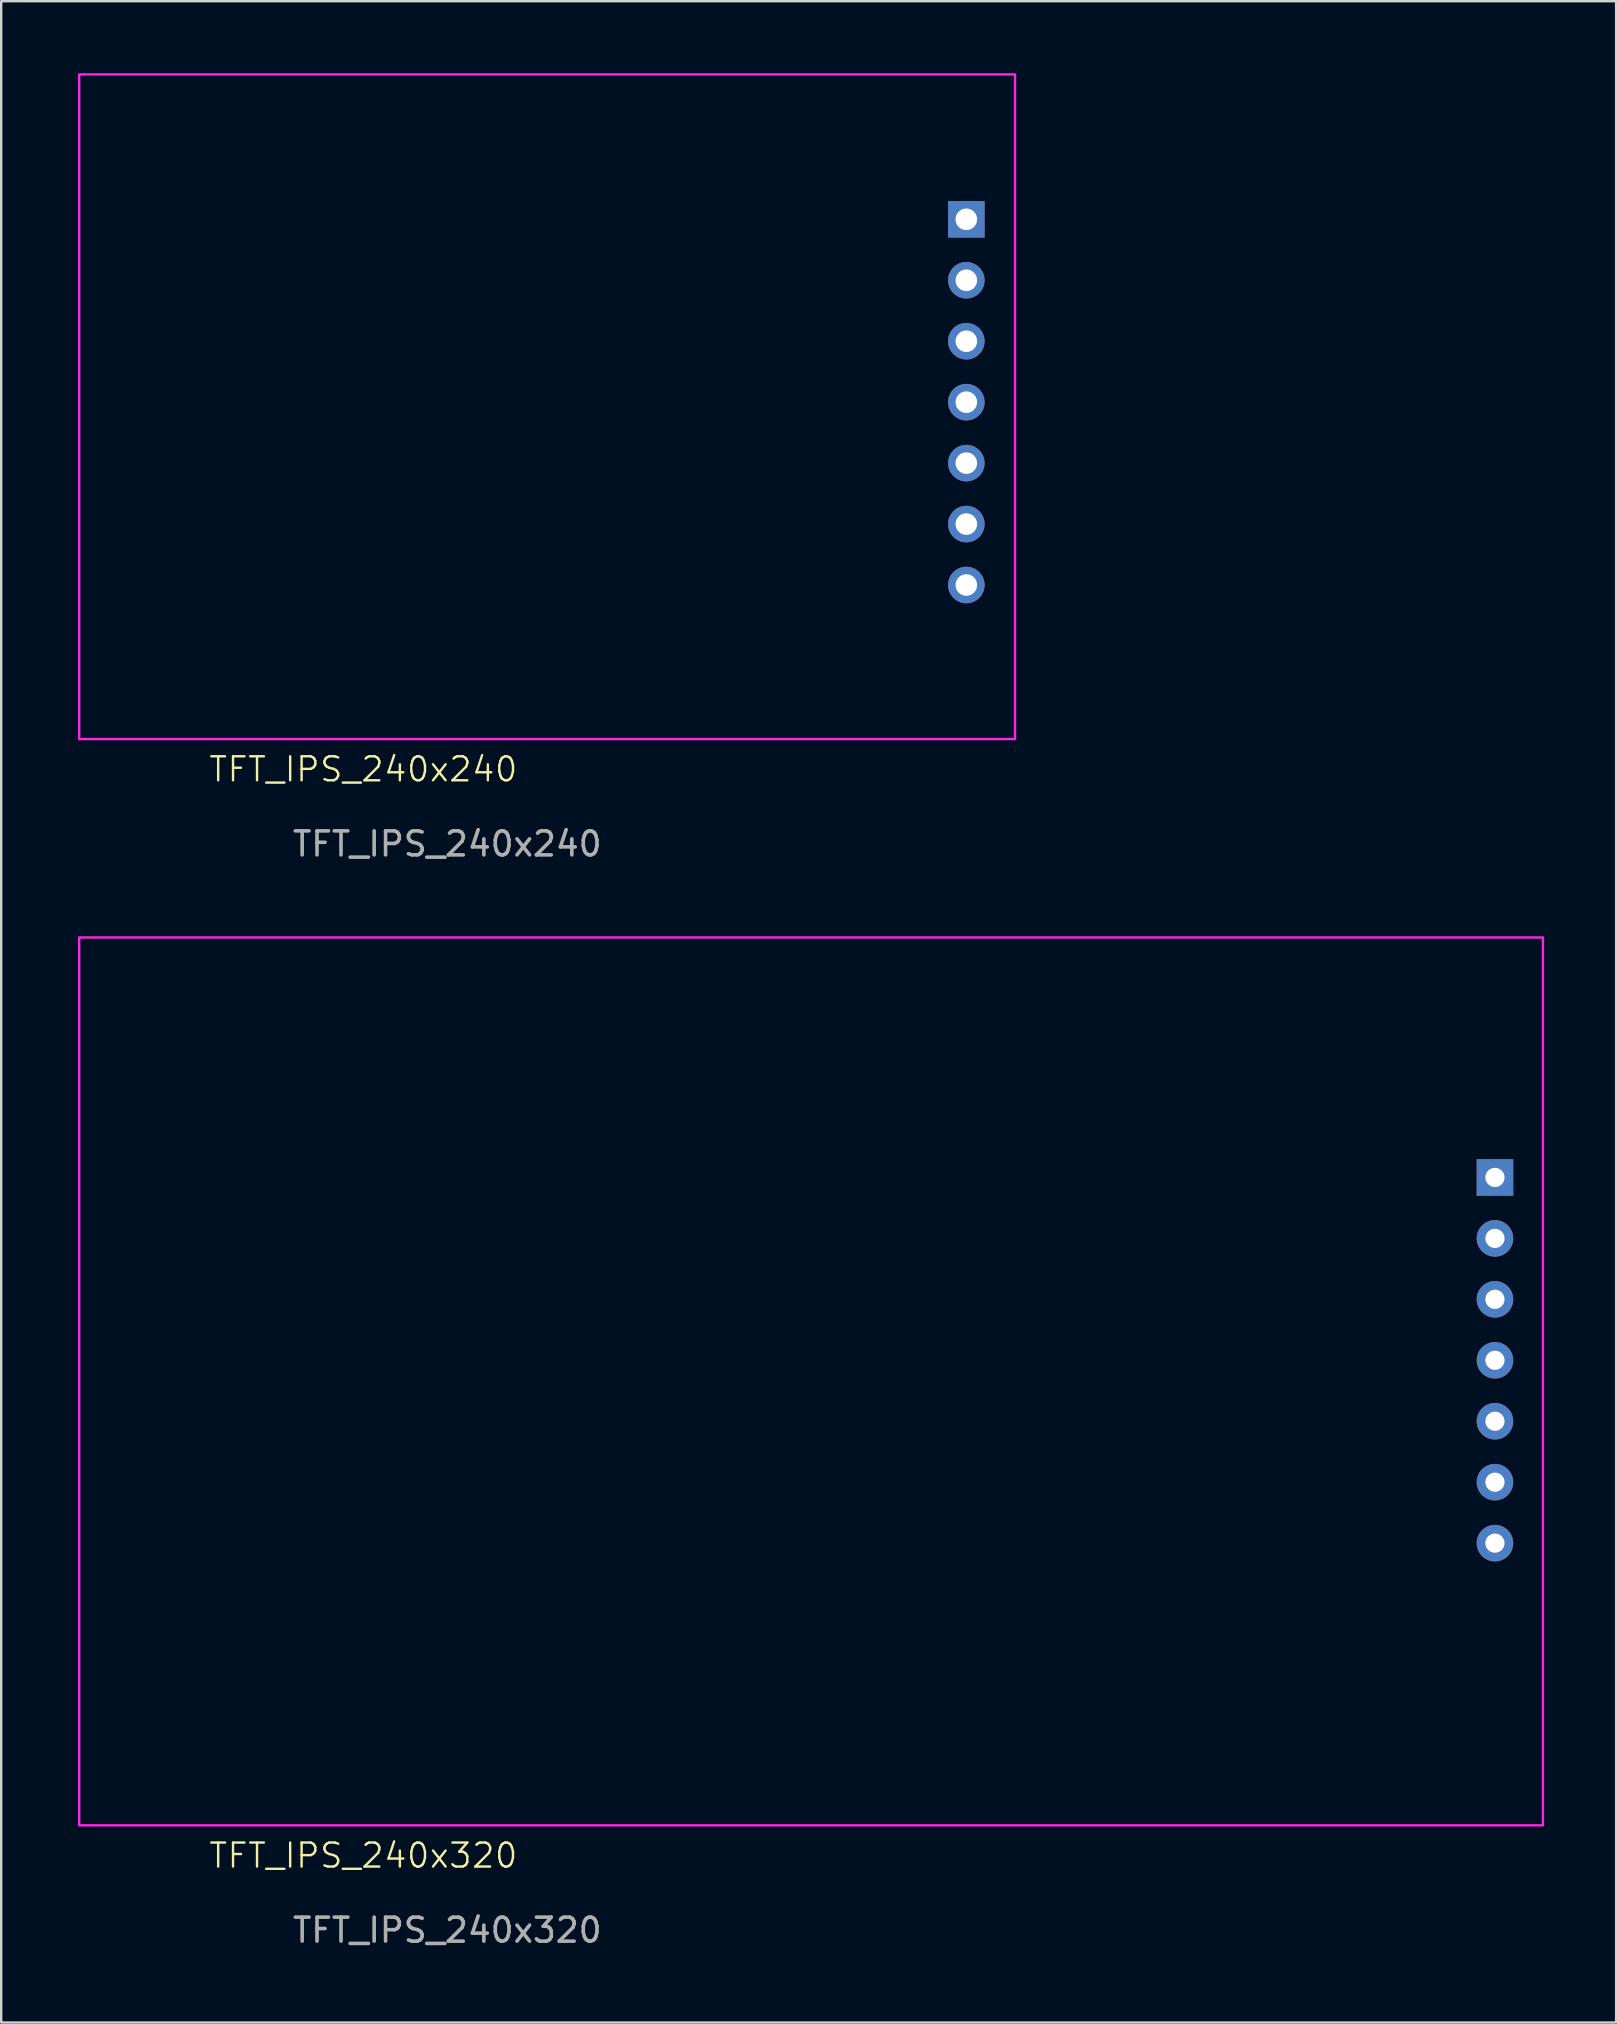
<source format=kicad_pcb>
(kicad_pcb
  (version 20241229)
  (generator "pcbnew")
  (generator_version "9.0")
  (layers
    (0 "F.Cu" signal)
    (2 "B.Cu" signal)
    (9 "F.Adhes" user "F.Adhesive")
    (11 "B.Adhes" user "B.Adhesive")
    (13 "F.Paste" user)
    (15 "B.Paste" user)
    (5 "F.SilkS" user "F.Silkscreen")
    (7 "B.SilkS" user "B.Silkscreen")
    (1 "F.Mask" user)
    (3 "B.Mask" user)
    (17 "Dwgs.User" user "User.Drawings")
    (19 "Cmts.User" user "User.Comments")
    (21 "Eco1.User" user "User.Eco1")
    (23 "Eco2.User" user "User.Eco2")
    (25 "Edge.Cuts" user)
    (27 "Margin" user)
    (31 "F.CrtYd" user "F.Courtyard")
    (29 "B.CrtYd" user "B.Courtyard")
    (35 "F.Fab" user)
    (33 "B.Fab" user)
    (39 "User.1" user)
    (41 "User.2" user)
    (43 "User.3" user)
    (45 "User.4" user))
  (footprint "TFT_IPS_240x320"
    (layer "F.Cu")
    (at 0.25 73.018)
    (property "Reference" "TFT_IPS_240x320" (at 11.84 1.26 0) (unlocked yes) (layer "F.SilkS") (effects (font (size 1 1) (thickness 0.1))))
    (attr smd)
    (fp_rect (start 0 0) (end 61 -37) (stroke (width 0.1) (type default)) (fill no) (layer "F.CrtYd"))
    (fp_text user "${REFERENCE}" (at 15.34 4.37 0) (unlocked yes) (layer "F.Fab") (effects (font (size 1 1) (thickness 0.15))))
    (pad "1" thru_hole rect (at 59 -27) (size 1.524 1.524) (drill 0.8) (layers "*.Cu" "*.Mask"))
    (pad "2" thru_hole circle (at 59 -24.46) (size 1.524 1.524) (drill 0.8) (layers "*.Cu" "*.Mask"))
    (pad "3" thru_hole circle (at 59 -21.92) (size 1.524 1.524) (drill 0.8) (layers "*.Cu" "*.Mask"))
    (pad "4" thru_hole circle (at 59 -19.38) (size 1.524 1.524) (drill 0.8) (layers "*.Cu" "*.Mask"))
    (pad "5" thru_hole circle (at 59 -16.84) (size 1.524 1.524) (drill 0.8) (layers "*.Cu" "*.Mask"))
    (pad "6" thru_hole circle (at 59 -14.3) (size 1.524 1.524) (drill 0.8) (layers "*.Cu" "*.Mask"))
    (pad "7" thru_hole circle (at 59 -11.76) (size 1.524 1.524) (drill 0.8) (layers "*.Cu" "*.Mask")))
  (footprint "TFT_IPS_240x240"
    (layer "F.Cu")
    (at 0.25 27.75)
    (property "Reference" "TFT_IPS_240x240" (at 11.84 1.26 0) (unlocked yes) (layer "F.SilkS") (effects (font (size 1 1) (thickness 0.1))))
    (attr smd)
    (fp_rect (start 0 0) (end 39 -27.7) (stroke (width 0.1) (type default)) (fill no) (layer "F.CrtYd"))
    (fp_text user "${REFERENCE}" (at 15.34 4.37 0) (unlocked yes) (layer "F.Fab") (effects (font (size 1 1) (thickness 0.15))))
    (pad "1" thru_hole rect (at 36.97 -21.66) (size 1.524 1.524) (drill 0.9) (layers "*.Cu" "*.Mask"))
    (pad "2" thru_hole circle (at 36.97 -19.12) (size 1.524 1.524) (drill 0.9) (layers "*.Cu" "*.Mask"))
    (pad "3" thru_hole circle (at 36.97 -16.58) (size 1.524 1.524) (drill 0.9) (layers "*.Cu" "*.Mask"))
    (pad "4" thru_hole circle (at 36.97 -14.04) (size 1.524 1.524) (drill 0.9) (layers "*.Cu" "*.Mask"))
    (pad "5" thru_hole circle (at 36.97 -11.5) (size 1.524 1.524) (drill 0.9) (layers "*.Cu" "*.Mask"))
    (pad "6" thru_hole circle (at 36.97 -8.96) (size 1.524 1.524) (drill 0.9) (layers "*.Cu" "*.Mask"))
    (pad "7" thru_hole circle (at 36.97 -6.42) (size 1.524 1.524) (drill 0.9) (layers "*.Cu" "*.Mask")))
  (gr_rect
    (start -3 -3)
    (end 64.3 81.237)
    (stroke (width 0.1) (type default))
    (fill no)
    (layer "Edge.Cuts")))
</source>
